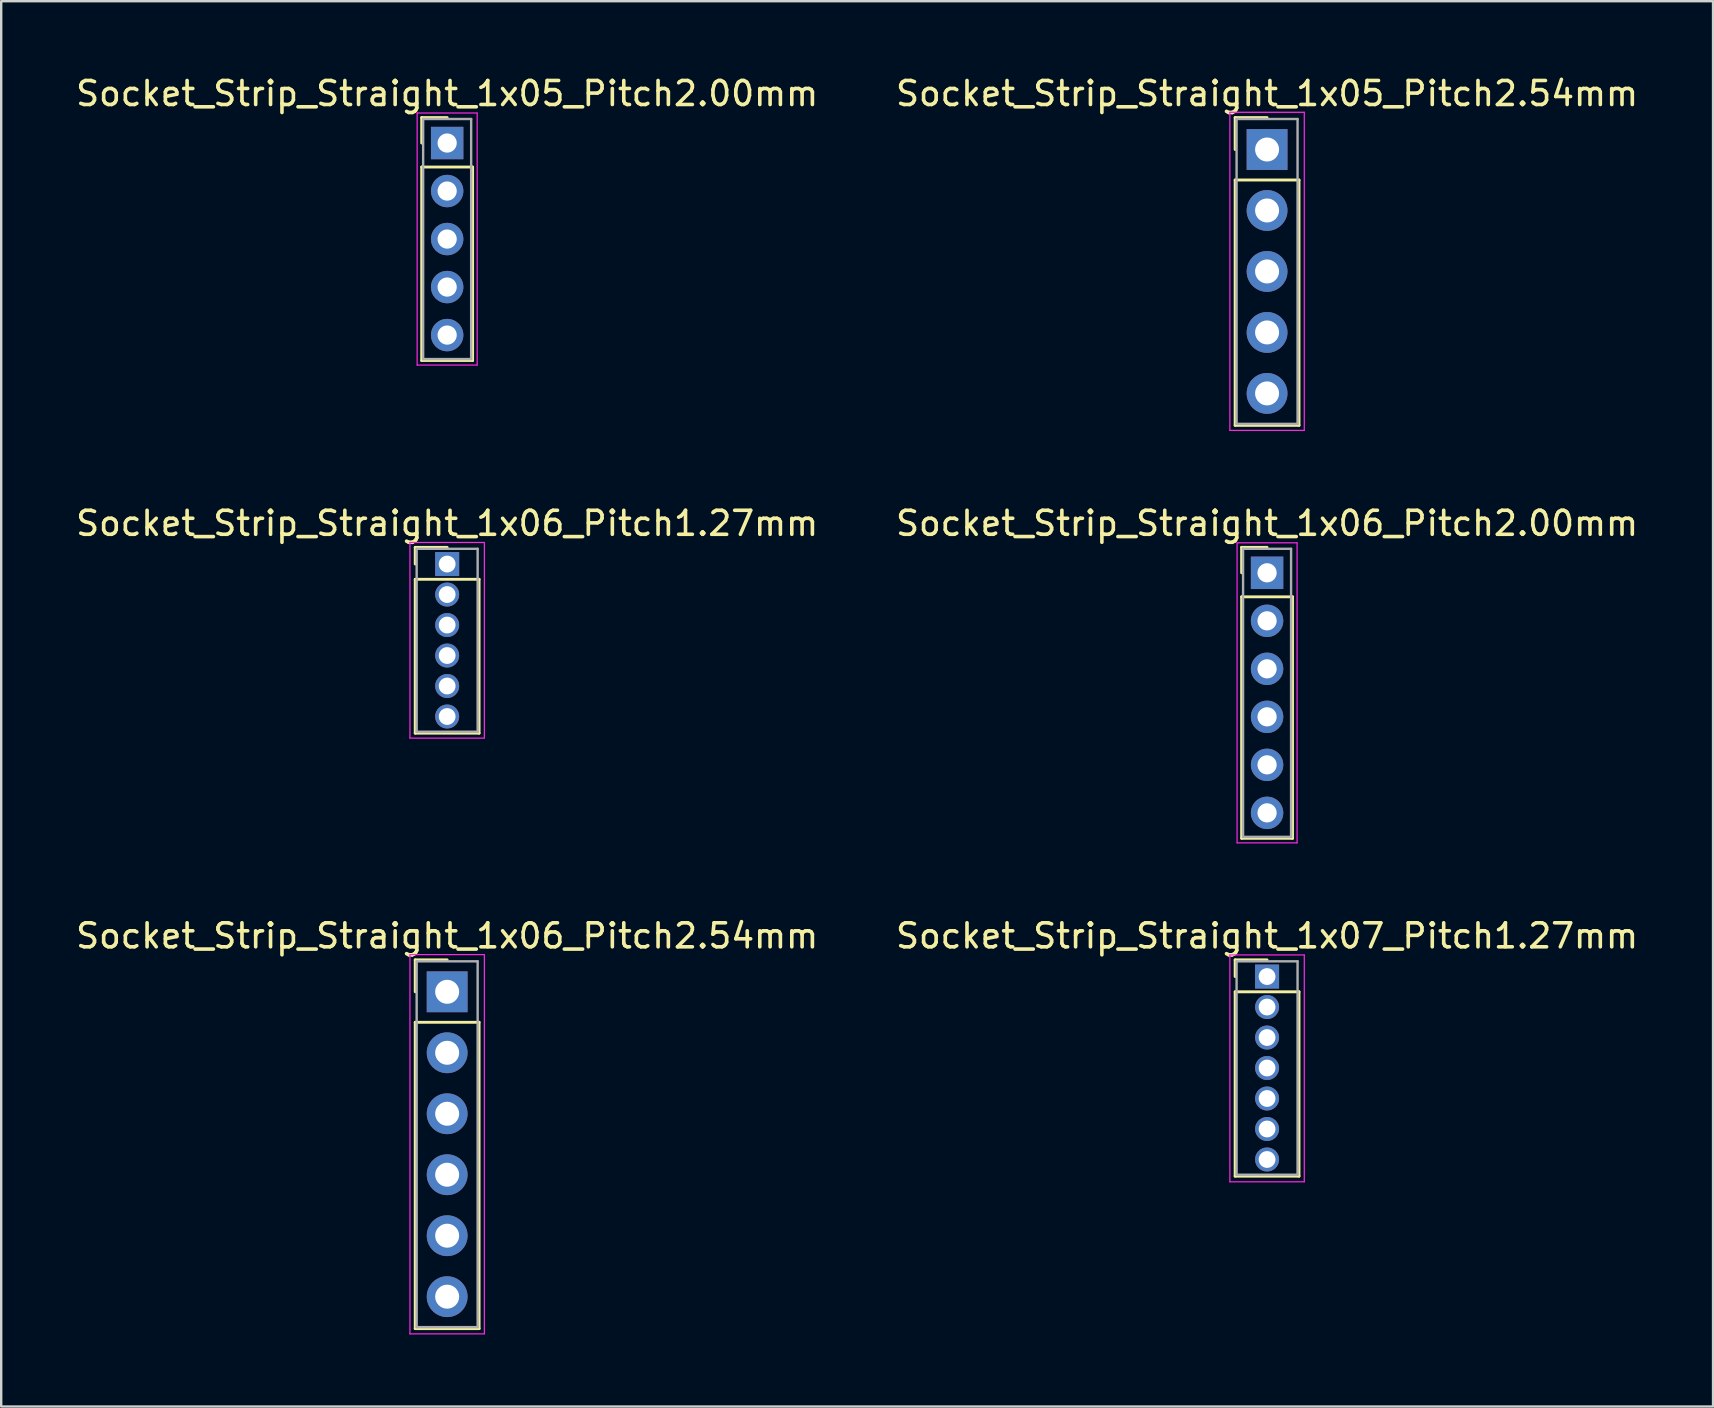
<source format=kicad_pcb>
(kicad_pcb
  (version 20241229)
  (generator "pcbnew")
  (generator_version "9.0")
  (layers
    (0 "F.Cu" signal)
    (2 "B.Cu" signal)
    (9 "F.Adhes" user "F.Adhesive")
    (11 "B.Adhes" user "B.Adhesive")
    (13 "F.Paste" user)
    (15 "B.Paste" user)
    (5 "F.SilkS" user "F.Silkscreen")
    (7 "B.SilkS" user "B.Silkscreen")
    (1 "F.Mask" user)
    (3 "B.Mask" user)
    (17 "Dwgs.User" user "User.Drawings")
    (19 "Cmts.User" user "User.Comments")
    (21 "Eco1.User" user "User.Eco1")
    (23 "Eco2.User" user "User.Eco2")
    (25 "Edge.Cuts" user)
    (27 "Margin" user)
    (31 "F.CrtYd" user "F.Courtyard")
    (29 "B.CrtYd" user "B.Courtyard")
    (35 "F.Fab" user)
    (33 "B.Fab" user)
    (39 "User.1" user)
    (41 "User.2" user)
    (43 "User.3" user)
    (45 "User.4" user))
  (footprint "Socket_Strip_Straight_1x06_Pitch2.00mm"
    (layer "F.Cu")
    (at 49.732 20.811)
    (property "Reference" "Socket_Strip_Straight_1x06_Pitch2.00mm" (at 0 -2.06 0) (layer "F.SilkS") (effects (font (size 1 1) (thickness 0.15))))
    (attr through_hole)
    (fp_line (start -1.06 -1.06) (end 0 -1.06) (stroke (width 0.12) (type solid)) (layer "F.SilkS"))
    (fp_line (start -1.06 0) (end -1.06 -1.06) (stroke (width 0.12) (type solid)) (layer "F.SilkS"))
    (fp_line (start -1.06 1) (end -1.06 11.06) (stroke (width 0.12) (type solid)) (layer "F.SilkS"))
    (fp_line (start -1.06 11.06) (end 1.06 11.06) (stroke (width 0.12) (type solid)) (layer "F.SilkS"))
    (fp_line (start 1.06 1) (end -1.06 1) (stroke (width 0.12) (type solid)) (layer "F.SilkS"))
    (fp_line (start 1.06 11.06) (end 1.06 1) (stroke (width 0.12) (type solid)) (layer "F.SilkS"))
    (fp_line (start -1.25 -1.25) (end -1.25 11.25) (stroke (width 0.05) (type solid)) (layer "F.CrtYd"))
    (fp_line (start -1.25 11.25) (end 1.25 11.25) (stroke (width 0.05) (type solid)) (layer "F.CrtYd"))
    (fp_line (start 1.25 -1.25) (end -1.25 -1.25) (stroke (width 0.05) (type solid)) (layer "F.CrtYd"))
    (fp_line (start 1.25 11.25) (end 1.25 -1.25) (stroke (width 0.05) (type solid)) (layer "F.CrtYd"))
    (fp_line (start -1 -1) (end -1 11) (stroke (width 0.1) (type solid)) (layer "F.Fab"))
    (fp_line (start -1 11) (end 1 11) (stroke (width 0.1) (type solid)) (layer "F.Fab"))
    (fp_line (start 1 -1) (end -1 -1) (stroke (width 0.1) (type solid)) (layer "F.Fab"))
    (fp_line (start 1 11) (end 1 -1) (stroke (width 0.1) (type solid)) (layer "F.Fab"))
    (pad "1" thru_hole rect (at 0 0) (size 1.35 1.35) (drill 0.8) (layers "*.Cu" "*.Mask"))
    (pad "2" thru_hole oval (at 0 2) (size 1.35 1.35) (drill 0.8) (layers "*.Cu" "*.Mask"))
    (pad "3" thru_hole oval (at 0 4) (size 1.35 1.35) (drill 0.8) (layers "*.Cu" "*.Mask"))
    (pad "4" thru_hole oval (at 0 6) (size 1.35 1.35) (drill 0.8) (layers "*.Cu" "*.Mask"))
    (pad "5" thru_hole oval (at 0 8) (size 1.35 1.35) (drill 0.8) (layers "*.Cu" "*.Mask"))
    (pad "6" thru_hole oval (at 0 10) (size 1.35 1.35) (drill 0.8) (layers "*.Cu" "*.Mask")))
  (footprint "Socket_Strip_Straight_1x05_Pitch2.54mm"
    (layer "F.Cu")
    (at 49.732 3.178)
    (property "Reference" "Socket_Strip_Straight_1x05_Pitch2.54mm" (at 0 -2.33 0) (layer "F.SilkS") (effects (font (size 1 1) (thickness 0.15))))
    (attr through_hole)
    (fp_line (start -1.33 -1.33) (end 0 -1.33) (stroke (width 0.12) (type solid)) (layer "F.SilkS"))
    (fp_line (start -1.33 0) (end -1.33 -1.33) (stroke (width 0.12) (type solid)) (layer "F.SilkS"))
    (fp_line (start -1.33 1.27) (end -1.33 11.49) (stroke (width 0.12) (type solid)) (layer "F.SilkS"))
    (fp_line (start -1.33 11.49) (end 1.33 11.49) (stroke (width 0.12) (type solid)) (layer "F.SilkS"))
    (fp_line (start 1.33 1.27) (end -1.33 1.27) (stroke (width 0.12) (type solid)) (layer "F.SilkS"))
    (fp_line (start 1.33 11.49) (end 1.33 1.27) (stroke (width 0.12) (type solid)) (layer "F.SilkS"))
    (fp_line (start -1.55 -1.55) (end -1.55 11.7) (stroke (width 0.05) (type solid)) (layer "F.CrtYd"))
    (fp_line (start -1.55 11.7) (end 1.55 11.7) (stroke (width 0.05) (type solid)) (layer "F.CrtYd"))
    (fp_line (start 1.55 -1.55) (end -1.55 -1.55) (stroke (width 0.05) (type solid)) (layer "F.CrtYd"))
    (fp_line (start 1.55 11.7) (end 1.55 -1.55) (stroke (width 0.05) (type solid)) (layer "F.CrtYd"))
    (fp_line (start -1.27 -1.27) (end -1.27 11.43) (stroke (width 0.1) (type solid)) (layer "F.Fab"))
    (fp_line (start -1.27 11.43) (end 1.27 11.43) (stroke (width 0.1) (type solid)) (layer "F.Fab"))
    (fp_line (start 1.27 -1.27) (end -1.27 -1.27) (stroke (width 0.1) (type solid)) (layer "F.Fab"))
    (fp_line (start 1.27 11.43) (end 1.27 -1.27) (stroke (width 0.1) (type solid)) (layer "F.Fab"))
    (pad "1" thru_hole rect (at 0 0) (size 1.7 1.7) (drill 1) (layers "*.Cu" "*.Mask"))
    (pad "2" thru_hole oval (at 0 2.54) (size 1.7 1.7) (drill 1) (layers "*.Cu" "*.Mask"))
    (pad "3" thru_hole oval (at 0 5.08) (size 1.7 1.7) (drill 1) (layers "*.Cu" "*.Mask"))
    (pad "4" thru_hole oval (at 0 7.62) (size 1.7 1.7) (drill 1) (layers "*.Cu" "*.Mask"))
    (pad "5" thru_hole oval (at 0 10.16) (size 1.7 1.7) (drill 1) (layers "*.Cu" "*.Mask")))
  (footprint "Socket_Strip_Straight_1x07_Pitch1.27mm"
    (layer "F.Cu")
    (at 49.732 37.63)
    (property "Reference" "Socket_Strip_Straight_1x07_Pitch1.27mm" (at 0 -1.695 0) (layer "F.SilkS") (effects (font (size 1 1) (thickness 0.15))))
    (attr through_hole)
    (fp_line (start -1.33 -0.695) (end 0 -0.695) (stroke (width 0.12) (type solid)) (layer "F.SilkS"))
    (fp_line (start -1.33 0) (end -1.33 -0.695) (stroke (width 0.12) (type solid)) (layer "F.SilkS"))
    (fp_line (start -1.33 0.635) (end -1.33 8.315) (stroke (width 0.12) (type solid)) (layer "F.SilkS"))
    (fp_line (start -1.33 8.315) (end 1.33 8.315) (stroke (width 0.12) (type solid)) (layer "F.SilkS"))
    (fp_line (start 1.33 0.635) (end -1.33 0.635) (stroke (width 0.12) (type solid)) (layer "F.SilkS"))
    (fp_line (start 1.33 8.315) (end 1.33 0.635) (stroke (width 0.12) (type solid)) (layer "F.SilkS"))
    (fp_line (start -1.55 -0.9) (end -1.55 8.55) (stroke (width 0.05) (type solid)) (layer "F.CrtYd"))
    (fp_line (start -1.55 8.55) (end 1.55 8.55) (stroke (width 0.05) (type solid)) (layer "F.CrtYd"))
    (fp_line (start 1.55 -0.9) (end -1.55 -0.9) (stroke (width 0.05) (type solid)) (layer "F.CrtYd"))
    (fp_line (start 1.55 8.55) (end 1.55 -0.9) (stroke (width 0.05) (type solid)) (layer "F.CrtYd"))
    (fp_line (start -1.27 -0.635) (end -1.27 8.255) (stroke (width 0.1) (type solid)) (layer "F.Fab"))
    (fp_line (start -1.27 8.255) (end 1.27 8.255) (stroke (width 0.1) (type solid)) (layer "F.Fab"))
    (fp_line (start 1.27 -0.635) (end -1.27 -0.635) (stroke (width 0.1) (type solid)) (layer "F.Fab"))
    (fp_line (start 1.27 8.255) (end 1.27 -0.635) (stroke (width 0.1) (type solid)) (layer "F.Fab"))
    (pad "1" thru_hole rect (at 0 0) (size 1 1) (drill 0.7) (layers "*.Cu" "*.Mask"))
    (pad "2" thru_hole oval (at 0 1.27) (size 1 1) (drill 0.7) (layers "*.Cu" "*.Mask"))
    (pad "3" thru_hole oval (at 0 2.54) (size 1 1) (drill 0.7) (layers "*.Cu" "*.Mask"))
    (pad "4" thru_hole oval (at 0 3.81) (size 1 1) (drill 0.7) (layers "*.Cu" "*.Mask"))
    (pad "5" thru_hole oval (at 0 5.08) (size 1 1) (drill 0.7) (layers "*.Cu" "*.Mask"))
    (pad "6" thru_hole oval (at 0 6.35) (size 1 1) (drill 0.7) (layers "*.Cu" "*.Mask"))
    (pad "7" thru_hole oval (at 0 7.62) (size 1 1) (drill 0.7) (layers "*.Cu" "*.Mask")))
  (footprint "Socket_Strip_Straight_1x05_Pitch2.00mm"
    (layer "F.Cu")
    (at 15.577 2.908)
    (property "Reference" "Socket_Strip_Straight_1x05_Pitch2.00mm" (at 0 -2.06 0) (layer "F.SilkS") (effects (font (size 1 1) (thickness 0.15))))
    (attr through_hole)
    (fp_line (start -1.06 -1.06) (end 0 -1.06) (stroke (width 0.12) (type solid)) (layer "F.SilkS"))
    (fp_line (start -1.06 0) (end -1.06 -1.06) (stroke (width 0.12) (type solid)) (layer "F.SilkS"))
    (fp_line (start -1.06 1) (end -1.06 9.06) (stroke (width 0.12) (type solid)) (layer "F.SilkS"))
    (fp_line (start -1.06 9.06) (end 1.06 9.06) (stroke (width 0.12) (type solid)) (layer "F.SilkS"))
    (fp_line (start 1.06 1) (end -1.06 1) (stroke (width 0.12) (type solid)) (layer "F.SilkS"))
    (fp_line (start 1.06 9.06) (end 1.06 1) (stroke (width 0.12) (type solid)) (layer "F.SilkS"))
    (fp_line (start -1.25 -1.25) (end -1.25 9.25) (stroke (width 0.05) (type solid)) (layer "F.CrtYd"))
    (fp_line (start -1.25 9.25) (end 1.25 9.25) (stroke (width 0.05) (type solid)) (layer "F.CrtYd"))
    (fp_line (start 1.25 -1.25) (end -1.25 -1.25) (stroke (width 0.05) (type solid)) (layer "F.CrtYd"))
    (fp_line (start 1.25 9.25) (end 1.25 -1.25) (stroke (width 0.05) (type solid)) (layer "F.CrtYd"))
    (fp_line (start -1 -1) (end -1 9) (stroke (width 0.1) (type solid)) (layer "F.Fab"))
    (fp_line (start -1 9) (end 1 9) (stroke (width 0.1) (type solid)) (layer "F.Fab"))
    (fp_line (start 1 -1) (end -1 -1) (stroke (width 0.1) (type solid)) (layer "F.Fab"))
    (fp_line (start 1 9) (end 1 -1) (stroke (width 0.1) (type solid)) (layer "F.Fab"))
    (pad "1" thru_hole rect (at 0 0) (size 1.35 1.35) (drill 0.8) (layers "*.Cu" "*.Mask"))
    (pad "2" thru_hole oval (at 0 2) (size 1.35 1.35) (drill 0.8) (layers "*.Cu" "*.Mask"))
    (pad "3" thru_hole oval (at 0 4) (size 1.35 1.35) (drill 0.8) (layers "*.Cu" "*.Mask"))
    (pad "4" thru_hole oval (at 0 6) (size 1.35 1.35) (drill 0.8) (layers "*.Cu" "*.Mask"))
    (pad "5" thru_hole oval (at 0 8) (size 1.35 1.35) (drill 0.8) (layers "*.Cu" "*.Mask")))
  (footprint "Socket_Strip_Straight_1x06_Pitch1.27mm"
    (layer "F.Cu")
    (at 15.577 20.447)
    (property "Reference" "Socket_Strip_Straight_1x06_Pitch1.27mm" (at 0 -1.695 0) (layer "F.SilkS") (effects (font (size 1 1) (thickness 0.15))))
    (attr through_hole)
    (fp_line (start -1.33 -0.695) (end 0 -0.695) (stroke (width 0.12) (type solid)) (layer "F.SilkS"))
    (fp_line (start -1.33 0) (end -1.33 -0.695) (stroke (width 0.12) (type solid)) (layer "F.SilkS"))
    (fp_line (start -1.33 0.635) (end -1.33 7.045) (stroke (width 0.12) (type solid)) (layer "F.SilkS"))
    (fp_line (start -1.33 7.045) (end 1.33 7.045) (stroke (width 0.12) (type solid)) (layer "F.SilkS"))
    (fp_line (start 1.33 0.635) (end -1.33 0.635) (stroke (width 0.12) (type solid)) (layer "F.SilkS"))
    (fp_line (start 1.33 7.045) (end 1.33 0.635) (stroke (width 0.12) (type solid)) (layer "F.SilkS"))
    (fp_line (start -1.55 -0.9) (end -1.55 7.25) (stroke (width 0.05) (type solid)) (layer "F.CrtYd"))
    (fp_line (start -1.55 7.25) (end 1.55 7.25) (stroke (width 0.05) (type solid)) (layer "F.CrtYd"))
    (fp_line (start 1.55 -0.9) (end -1.55 -0.9) (stroke (width 0.05) (type solid)) (layer "F.CrtYd"))
    (fp_line (start 1.55 7.25) (end 1.55 -0.9) (stroke (width 0.05) (type solid)) (layer "F.CrtYd"))
    (fp_line (start -1.27 -0.635) (end -1.27 6.985) (stroke (width 0.1) (type solid)) (layer "F.Fab"))
    (fp_line (start -1.27 6.985) (end 1.27 6.985) (stroke (width 0.1) (type solid)) (layer "F.Fab"))
    (fp_line (start 1.27 -0.635) (end -1.27 -0.635) (stroke (width 0.1) (type solid)) (layer "F.Fab"))
    (fp_line (start 1.27 6.985) (end 1.27 -0.635) (stroke (width 0.1) (type solid)) (layer "F.Fab"))
    (pad "1" thru_hole rect (at 0 0) (size 1 1) (drill 0.7) (layers "*.Cu" "*.Mask"))
    (pad "2" thru_hole oval (at 0 1.27) (size 1 1) (drill 0.7) (layers "*.Cu" "*.Mask"))
    (pad "3" thru_hole oval (at 0 2.54) (size 1 1) (drill 0.7) (layers "*.Cu" "*.Mask"))
    (pad "4" thru_hole oval (at 0 3.81) (size 1 1) (drill 0.7) (layers "*.Cu" "*.Mask"))
    (pad "5" thru_hole oval (at 0 5.08) (size 1 1) (drill 0.7) (layers "*.Cu" "*.Mask"))
    (pad "6" thru_hole oval (at 0 6.35) (size 1 1) (drill 0.7) (layers "*.Cu" "*.Mask")))
  (footprint "Socket_Strip_Straight_1x06_Pitch2.54mm"
    (layer "F.Cu")
    (at 15.577 38.265)
    (property "Reference" "Socket_Strip_Straight_1x06_Pitch2.54mm" (at 0 -2.33 0) (layer "F.SilkS") (effects (font (size 1 1) (thickness 0.15))))
    (attr through_hole)
    (fp_line (start -1.33 -1.33) (end 0 -1.33) (stroke (width 0.12) (type solid)) (layer "F.SilkS"))
    (fp_line (start -1.33 0) (end -1.33 -1.33) (stroke (width 0.12) (type solid)) (layer "F.SilkS"))
    (fp_line (start -1.33 1.27) (end -1.33 14.03) (stroke (width 0.12) (type solid)) (layer "F.SilkS"))
    (fp_line (start -1.33 14.03) (end 1.33 14.03) (stroke (width 0.12) (type solid)) (layer "F.SilkS"))
    (fp_line (start 1.33 1.27) (end -1.33 1.27) (stroke (width 0.12) (type solid)) (layer "F.SilkS"))
    (fp_line (start 1.33 14.03) (end 1.33 1.27) (stroke (width 0.12) (type solid)) (layer "F.SilkS"))
    (fp_line (start -1.55 -1.55) (end -1.55 14.25) (stroke (width 0.05) (type solid)) (layer "F.CrtYd"))
    (fp_line (start -1.55 14.25) (end 1.55 14.25) (stroke (width 0.05) (type solid)) (layer "F.CrtYd"))
    (fp_line (start 1.55 -1.55) (end -1.55 -1.55) (stroke (width 0.05) (type solid)) (layer "F.CrtYd"))
    (fp_line (start 1.55 14.25) (end 1.55 -1.55) (stroke (width 0.05) (type solid)) (layer "F.CrtYd"))
    (fp_line (start -1.27 -1.27) (end -1.27 13.97) (stroke (width 0.1) (type solid)) (layer "F.Fab"))
    (fp_line (start -1.27 13.97) (end 1.27 13.97) (stroke (width 0.1) (type solid)) (layer "F.Fab"))
    (fp_line (start 1.27 -1.27) (end -1.27 -1.27) (stroke (width 0.1) (type solid)) (layer "F.Fab"))
    (fp_line (start 1.27 13.97) (end 1.27 -1.27) (stroke (width 0.1) (type solid)) (layer "F.Fab"))
    (pad "1" thru_hole rect (at 0 0) (size 1.7 1.7) (drill 1) (layers "*.Cu" "*.Mask"))
    (pad "2" thru_hole oval (at 0 2.54) (size 1.7 1.7) (drill 1) (layers "*.Cu" "*.Mask"))
    (pad "3" thru_hole oval (at 0 5.08) (size 1.7 1.7) (drill 1) (layers "*.Cu" "*.Mask"))
    (pad "4" thru_hole oval (at 0 7.62) (size 1.7 1.7) (drill 1) (layers "*.Cu" "*.Mask"))
    (pad "5" thru_hole oval (at 0 10.16) (size 1.7 1.7) (drill 1) (layers "*.Cu" "*.Mask"))
    (pad "6" thru_hole oval (at 0 12.7) (size 1.7 1.7) (drill 1) (layers "*.Cu" "*.Mask")))
  (gr_rect
    (start -3 -3)
    (end 68.31 55.54)
    (stroke (width 0.1) (type default))
    (fill no)
    (layer "Edge.Cuts")))
</source>
